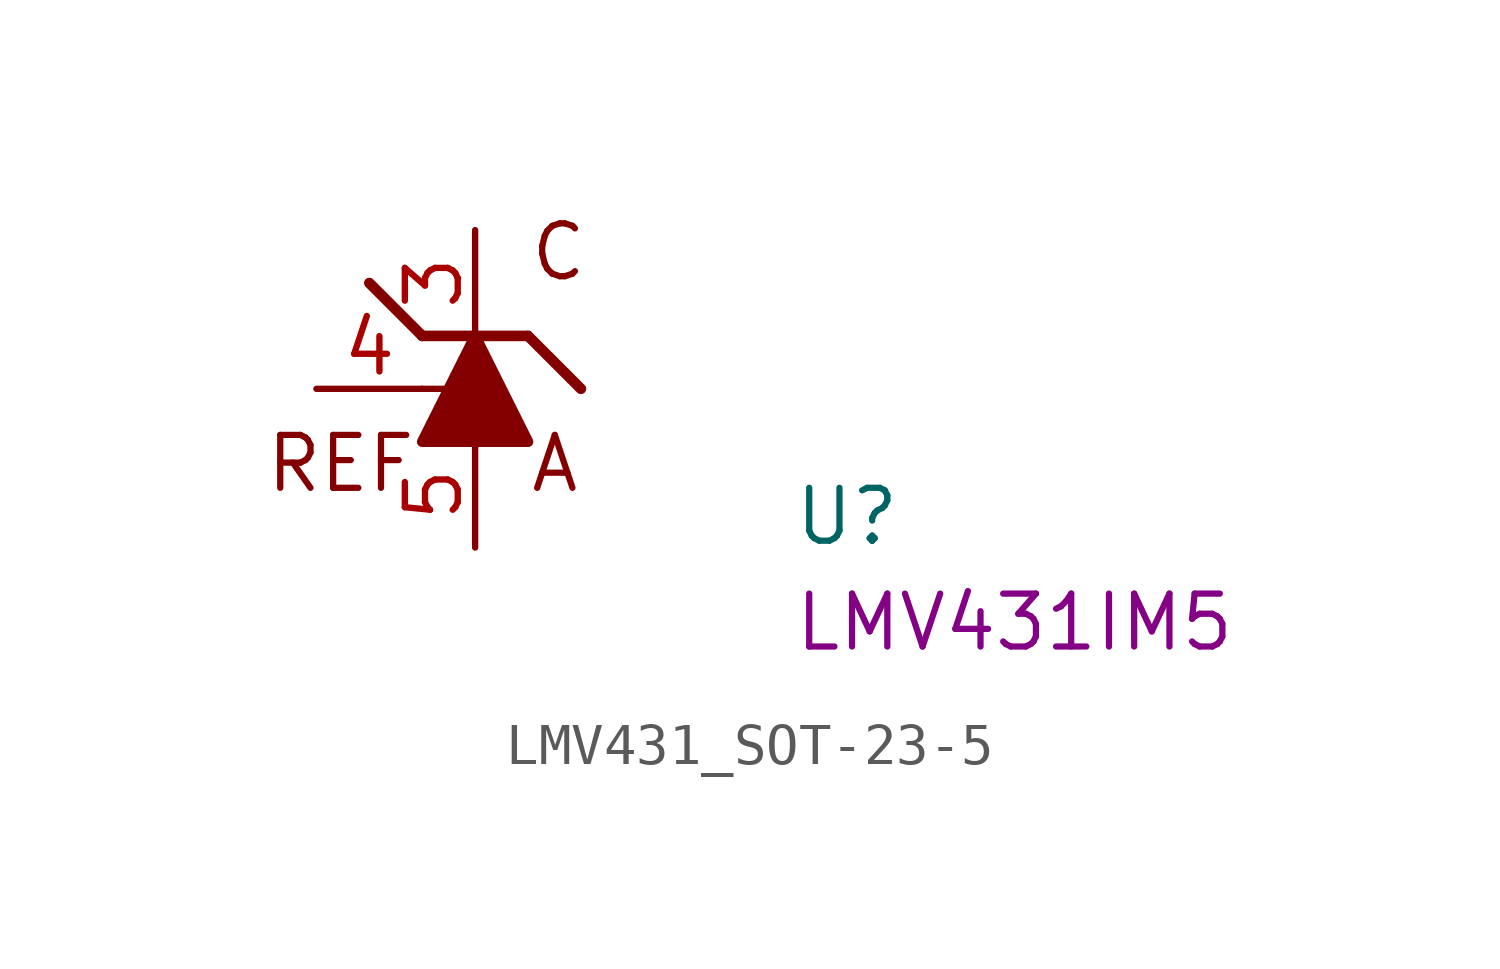
<source format=kicad_sym>
(kicad_symbol_lib
  (version 20220914)
  (generator kicad_symbol_editor)
  (symbol "LMV431_SOT-23-5"
    (property "Reference" "U"
      (at 11.43 -3.81 0)
      (effects (font (size 1.27 1.27) (thickness 0.15)) (justify left bottom)))
    (property "MPN" "LMV431IM5"
      (at 11.43 -6.35 0)
      (effects (font (size 1.27 1.27) (thickness 0.15)) (justify left bottom)))
    (symbol "LMV431_SOT-23-5_1_1"
      (polyline (pts (xy 2.54 0) (xy 3.81 0)) (stroke (width 0) (type default)) (fill (type none)))
      (polyline (pts (xy 2.54 1.27) (xy 1.27 2.54)) (stroke (width 0.254) (type default)) (fill (type background)))
      (polyline (pts (xy 2.54 1.27) (xy 5.08 1.27)) (stroke (width 0.254) (type default)) (fill (type background)))
      (polyline (pts (xy 5.08 1.27) (xy 6.35 0)) (stroke (width 0.254) (type default)) (fill (type background)))
      (polyline (pts (xy 2.54 -1.27) (xy 5.08 -1.27) (xy 3.81 1.27) (xy 2.54 -1.27)) (stroke (width 0.254) (type default)) (fill (type outline)))
      (text "A" (at 5.08 -2.54 0) (effects (font (size 1.27 1.27) (thickness 0.15)) (justify left bottom)))
      (text "C" (at 5.08 2.54 0) (effects (font (size 1.27 1.27) (thickness 0.15)) (justify left bottom)))
      (text "REF" (at -1.27 -2.54 0) (effects (font (size 1.27 1.27) (thickness 0.15)) (justify left bottom)))
      (pin no_connect line (at 5.08 1.27 180) (length 2.54) hide (name "NC" (effects (font (size 1.27 1.27)))) (number "1" (effects (font (size 1.27 1.27)))))
      (pin no_connect line (at 5.08 0 180) (length 2.54) hide (name "NC" (effects (font (size 1.27 1.27)))) (number "2" (effects (font (size 1.27 1.27)))))
      (pin passive line (at 3.81 3.81 270) (length 2.54) (name "~" (effects (font (size 1.27 1.27)))) (number "3" (effects (font (size 1.27 1.27)))))
      (pin passive line (at 0 0 0) (length 2.54) (name "~" (effects (font (size 1.27 1.27)))) (number "4" (effects (font (size 1.27 1.27)))))
      (pin passive line (at 3.81 -3.81 90) (length 2.54) (name "~" (effects (font (size 1.27 1.27)))) (number "5" (effects (font (size 1.27 1.27))))))))
</source>
